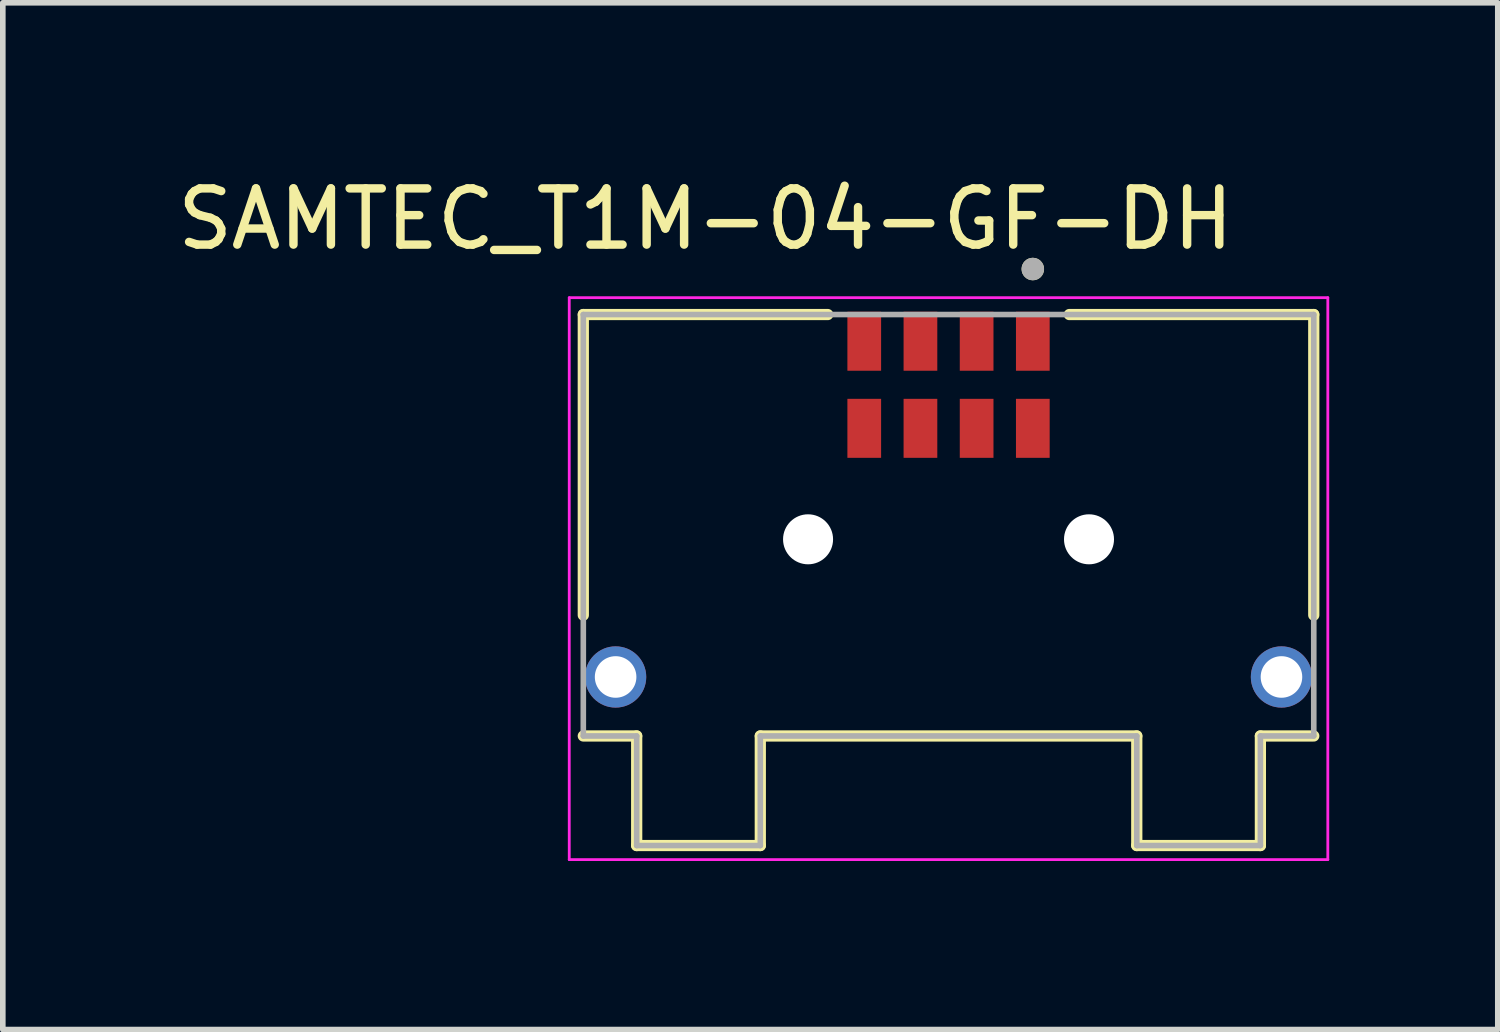
<source format=kicad_pcb>
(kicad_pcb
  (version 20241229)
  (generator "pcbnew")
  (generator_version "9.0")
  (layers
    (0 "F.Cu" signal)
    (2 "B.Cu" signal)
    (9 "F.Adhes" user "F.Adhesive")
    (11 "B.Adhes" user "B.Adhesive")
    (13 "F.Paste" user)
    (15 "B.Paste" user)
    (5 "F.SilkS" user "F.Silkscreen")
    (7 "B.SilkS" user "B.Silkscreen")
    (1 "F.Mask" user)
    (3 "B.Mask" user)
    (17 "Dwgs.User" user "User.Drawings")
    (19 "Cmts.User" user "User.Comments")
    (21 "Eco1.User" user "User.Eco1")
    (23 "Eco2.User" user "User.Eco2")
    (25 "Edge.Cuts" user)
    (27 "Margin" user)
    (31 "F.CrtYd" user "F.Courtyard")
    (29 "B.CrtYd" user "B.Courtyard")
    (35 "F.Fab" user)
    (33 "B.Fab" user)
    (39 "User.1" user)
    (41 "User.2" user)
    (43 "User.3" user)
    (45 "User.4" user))
  (footprint "SAMTEC_T1M-04-GF-DH"
    (layer "F.Cu")
    (at 13.831 3.798)
    (property "Reference" "SAMTEC_T1M-04-GF-DH" (at -4.325 -2.95 0) (layer "F.SilkS") (effects (font (size 1 1) (thickness 0.15))))
    (attr smd)
    (fp_line (start -6.5 -1.25) (end -2.15 -1.25) (stroke (width 0.2) (type solid)) (layer "F.SilkS"))
    (fp_line (start -6.5 4.1) (end -6.5 -1.25) (stroke (width 0.2) (type solid)) (layer "F.SilkS"))
    (fp_line (start -6.5 6.25) (end -5.55 6.25) (stroke (width 0.2) (type solid)) (layer "F.SilkS"))
    (fp_line (start -5.55 6.25) (end -5.55 8.2) (stroke (width 0.2) (type solid)) (layer "F.SilkS"))
    (fp_line (start -5.55 8.2) (end -3.35 8.2) (stroke (width 0.2) (type solid)) (layer "F.SilkS"))
    (fp_line (start -3.35 6.25) (end 3.35 6.25) (stroke (width 0.2) (type solid)) (layer "F.SilkS"))
    (fp_line (start -3.35 8.2) (end -3.35 6.25) (stroke (width 0.2) (type solid)) (layer "F.SilkS"))
    (fp_line (start 3.35 8.2) (end 3.35 6.25) (stroke (width 0.2) (type solid)) (layer "F.SilkS"))
    (fp_line (start 5.55 6.25) (end 5.55 8.2) (stroke (width 0.2) (type solid)) (layer "F.SilkS"))
    (fp_line (start 5.55 8.2) (end 3.35 8.2) (stroke (width 0.2) (type solid)) (layer "F.SilkS"))
    (fp_line (start 6.5 -1.25) (end 2.15 -1.25) (stroke (width 0.2) (type solid)) (layer "F.SilkS"))
    (fp_line (start 6.5 -1.25) (end 6.5 4.1) (stroke (width 0.2) (type solid)) (layer "F.SilkS"))
    (fp_line (start 6.5 6.25) (end 5.55 6.25) (stroke (width 0.2) (type solid)) (layer "F.SilkS"))
    (fp_circle (center 1.5 -2.06) (end 1.6 -2.06) (stroke (width 0.2) (type solid)) (fill no) (layer "F.SilkS"))
    (fp_circle (center -5.925 5.2) (end -5.55 5.2) (stroke (width 0.75) (type solid)) (fill no) (layer "F.Paste"))
    (fp_circle (center 5.925 5.2) (end 6.3 5.2) (stroke (width 0.75) (type solid)) (fill no) (layer "F.Paste"))
    (fp_line (start -6.75 -1.55) (end 6.75 -1.55) (stroke (width 0.05) (type solid)) (layer "F.CrtYd"))
    (fp_line (start -6.75 8.45) (end -6.75 -1.55) (stroke (width 0.05) (type solid)) (layer "F.CrtYd"))
    (fp_line (start 6.75 -1.55) (end 6.75 8.45) (stroke (width 0.05) (type solid)) (layer "F.CrtYd"))
    (fp_line (start 6.75 8.45) (end -6.75 8.45) (stroke (width 0.05) (type solid)) (layer "F.CrtYd"))
    (fp_line (start -6.5 -1.25) (end 6.5 -1.25) (stroke (width 0.1) (type solid)) (layer "F.Fab"))
    (fp_line (start -6.5 6.25) (end -6.5 -1.25) (stroke (width 0.1) (type solid)) (layer "F.Fab"))
    (fp_line (start -6.5 6.25) (end -5.55 6.25) (stroke (width 0.1) (type solid)) (layer "F.Fab"))
    (fp_line (start -5.55 6.25) (end -5.55 8.2) (stroke (width 0.1) (type solid)) (layer "F.Fab"))
    (fp_line (start -5.55 8.2) (end -3.35 8.2) (stroke (width 0.1) (type solid)) (layer "F.Fab"))
    (fp_line (start -3.35 6.25) (end 3.35 6.25) (stroke (width 0.1) (type solid)) (layer "F.Fab"))
    (fp_line (start -3.35 8.2) (end -3.35 6.25) (stroke (width 0.1) (type solid)) (layer "F.Fab"))
    (fp_line (start 3.35 8.2) (end 3.35 6.25) (stroke (width 0.1) (type solid)) (layer "F.Fab"))
    (fp_line (start 5.55 6.25) (end 5.55 8.2) (stroke (width 0.1) (type solid)) (layer "F.Fab"))
    (fp_line (start 5.55 8.2) (end 3.35 8.2) (stroke (width 0.1) (type solid)) (layer "F.Fab"))
    (fp_line (start 6.5 -1.25) (end 6.5 6.25) (stroke (width 0.1) (type solid)) (layer "F.Fab"))
    (fp_line (start 6.5 6.25) (end 5.55 6.25) (stroke (width 0.1) (type solid)) (layer "F.Fab"))
    (fp_circle (center 1.5 -2.06) (end 1.6 -2.06) (stroke (width 0.2) (type solid)) (fill no) (layer "F.Fab"))
    (pad "" np_thru_hole circle (at -2.5 2.75) (size 0.89 0.89) (drill 0.89) (layers "*.Cu" "*.Mask"))
    (pad "" np_thru_hole circle (at 2.5 2.75) (size 0.89 0.89) (drill 0.89) (layers "*.Cu" "*.Mask"))
    (pad "01" smd rect (at 1.5 -0.775) (size 0.6 1.05) (layers "F.Cu" "F.Mask" "F.Paste"))
    (pad "02" smd rect (at 1.5 0.775) (size 0.6 1.05) (layers "F.Cu" "F.Mask" "F.Paste"))
    (pad "03" smd rect (at 0.5 -0.775) (size 0.6 1.05) (layers "F.Cu" "F.Mask" "F.Paste"))
    (pad "04" smd rect (at 0.5 0.775) (size 0.6 1.05) (layers "F.Cu" "F.Mask" "F.Paste"))
    (pad "05" smd rect (at -0.5 -0.775) (size 0.6 1.05) (layers "F.Cu" "F.Mask" "F.Paste"))
    (pad "06" smd rect (at -0.5 0.775) (size 0.6 1.05) (layers "F.Cu" "F.Mask" "F.Paste"))
    (pad "07" smd rect (at -1.5 -0.775) (size 0.6 1.05) (layers "F.Cu" "F.Mask" "F.Paste"))
    (pad "08" smd rect (at -1.5 0.775) (size 0.6 1.05) (layers "F.Cu" "F.Mask" "F.Paste"))
    (pad "S1" thru_hole circle (at -5.925 5.2) (size 1.09 1.09) (drill 0.74) (layers "*.Cu" "*.Mask"))
    (pad "S2" thru_hole circle (at 5.925 5.2) (size 1.09 1.09) (drill 0.74) (layers "*.Cu" "*.Mask")))
  (gr_rect
    (start -3 -3)
    (end 23.606 15.273)
    (stroke (width 0.1) (type default))
    (fill no)
    (layer "Edge.Cuts")))
</source>
